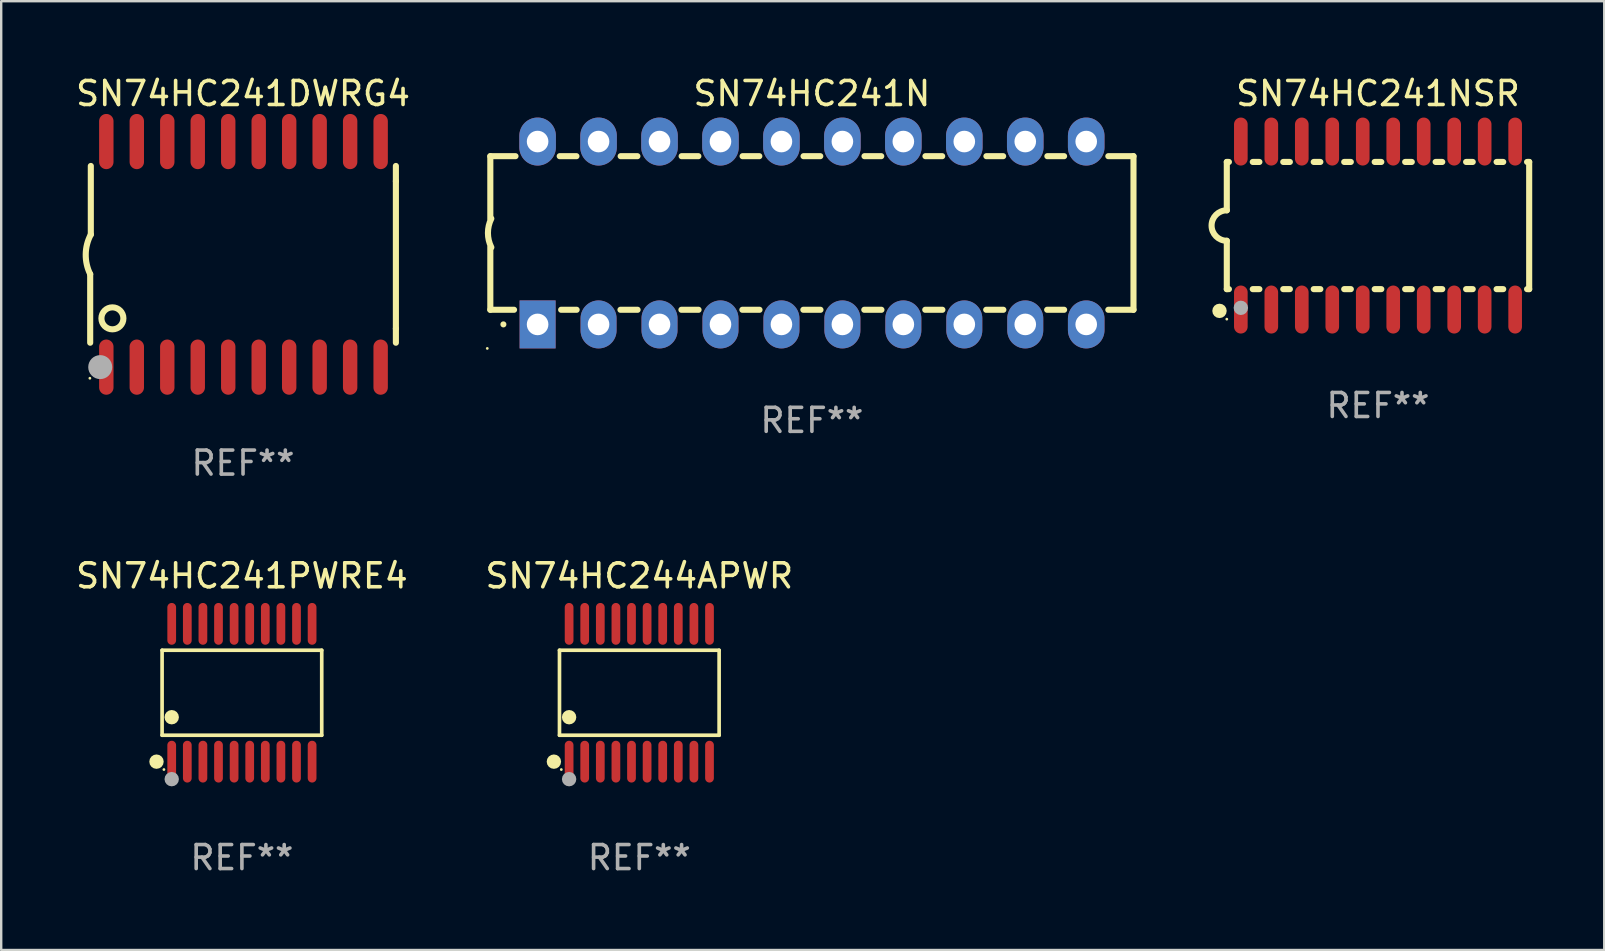
<source format=kicad_pcb>
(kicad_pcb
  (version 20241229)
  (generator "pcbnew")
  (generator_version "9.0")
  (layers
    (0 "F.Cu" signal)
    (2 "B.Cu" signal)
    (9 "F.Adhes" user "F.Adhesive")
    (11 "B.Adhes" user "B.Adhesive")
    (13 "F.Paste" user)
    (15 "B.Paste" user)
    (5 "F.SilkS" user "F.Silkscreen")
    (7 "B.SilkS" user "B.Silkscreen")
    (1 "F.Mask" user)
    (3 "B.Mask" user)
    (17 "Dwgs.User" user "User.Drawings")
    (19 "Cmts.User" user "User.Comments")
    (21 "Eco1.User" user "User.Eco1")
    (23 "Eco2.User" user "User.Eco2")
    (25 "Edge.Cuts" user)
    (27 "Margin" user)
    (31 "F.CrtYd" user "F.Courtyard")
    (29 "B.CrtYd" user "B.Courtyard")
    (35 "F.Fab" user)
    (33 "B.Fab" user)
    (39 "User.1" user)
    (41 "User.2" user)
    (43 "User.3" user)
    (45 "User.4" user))
  (footprint "SN74HC241NSR"
    (layer "F.Cu")
    (at 54.369 6.348)
    (property "Reference" "SN74HC241NSR" (at 0 -5.5 0) (layer "F.SilkS") (effects (font (size 1 1) (thickness 0.15))))
    (attr through_hole)
    (fp_line (start -6.3 -2.65) (end -6.3 -0.635) (stroke (width 0.254) (type solid)) (layer "F.SilkS"))
    (fp_line (start -6.3 -2.65) (end -6.212 -2.65) (stroke (width 0.254) (type solid)) (layer "F.SilkS"))
    (fp_line (start -6.3 2.65) (end -6.3 0.635) (stroke (width 0.254) (type solid)) (layer "F.SilkS"))
    (fp_line (start -6.3 2.65) (end -6.212 2.65) (stroke (width 0.254) (type solid)) (layer "F.SilkS"))
    (fp_line (start -5.218 -2.65) (end -4.942 -2.65) (stroke (width 0.254) (type solid)) (layer "F.SilkS"))
    (fp_line (start -5.218 2.65) (end -4.942 2.65) (stroke (width 0.254) (type solid)) (layer "F.SilkS"))
    (fp_line (start -3.948 -2.65) (end -3.672 -2.65) (stroke (width 0.254) (type solid)) (layer "F.SilkS"))
    (fp_line (start -3.948 2.65) (end -3.672 2.65) (stroke (width 0.254) (type solid)) (layer "F.SilkS"))
    (fp_line (start -2.678 -2.65) (end -2.402 -2.65) (stroke (width 0.254) (type solid)) (layer "F.SilkS"))
    (fp_line (start -2.678 2.65) (end -2.402 2.65) (stroke (width 0.254) (type solid)) (layer "F.SilkS"))
    (fp_line (start -1.408 -2.65) (end -1.132 -2.65) (stroke (width 0.254) (type solid)) (layer "F.SilkS"))
    (fp_line (start -1.408 2.65) (end -1.132 2.65) (stroke (width 0.254) (type solid)) (layer "F.SilkS"))
    (fp_line (start -0.138 -2.65) (end 0.138 -2.65) (stroke (width 0.254) (type solid)) (layer "F.SilkS"))
    (fp_line (start -0.138 2.65) (end 0.138 2.65) (stroke (width 0.254) (type solid)) (layer "F.SilkS"))
    (fp_line (start 1.132 -2.65) (end 1.408 -2.65) (stroke (width 0.254) (type solid)) (layer "F.SilkS"))
    (fp_line (start 1.132 2.65) (end 1.408 2.65) (stroke (width 0.254) (type solid)) (layer "F.SilkS"))
    (fp_line (start 2.402 -2.65) (end 2.678 -2.65) (stroke (width 0.254) (type solid)) (layer "F.SilkS"))
    (fp_line (start 2.402 2.65) (end 2.678 2.65) (stroke (width 0.254) (type solid)) (layer "F.SilkS"))
    (fp_line (start 3.672 -2.65) (end 3.948 -2.65) (stroke (width 0.254) (type solid)) (layer "F.SilkS"))
    (fp_line (start 3.672 2.65) (end 3.948 2.65) (stroke (width 0.254) (type solid)) (layer "F.SilkS"))
    (fp_line (start 4.942 -2.65) (end 5.218 -2.65) (stroke (width 0.254) (type solid)) (layer "F.SilkS"))
    (fp_line (start 4.942 2.65) (end 5.218 2.65) (stroke (width 0.254) (type solid)) (layer "F.SilkS"))
    (fp_line (start 6.212 -2.65) (end 6.3 -2.65) (stroke (width 0.254) (type solid)) (layer "F.SilkS"))
    (fp_line (start 6.212 2.65) (end 6.3 2.65) (stroke (width 0.254) (type solid)) (layer "F.SilkS"))
    (fp_line (start 6.3 -2.65) (end 6.3 2.65) (stroke (width 0.254) (type solid)) (layer "F.SilkS"))
    (fp_arc (start -6.299975 0.634874) (mid -6.933579 0.000127) (end -6.299213 -0.633858) (stroke (width 0.254001) (type solid)) (layer "F.SilkS"))
    (fp_circle (center -6.604 3.556) (end -6.454 3.556) (stroke (width 0.3) (type solid)) (fill no) (layer "F.SilkS"))
    (fp_circle (center -6.3 3.9) (end -6.27 3.9) (stroke (width 0.06) (type solid)) (fill no) (layer "F.SilkS"))
    (fp_circle (center -5.715 3.429) (end -5.565 3.429) (stroke (width 0.3) (type solid)) (fill no) (layer "F.Fab"))
    (fp_text user "REF**" (at 0 7.5 0) (layer "F.Fab") (effects (font (size 1 1) (thickness 0.15))))
    (pad "1" smd oval (at -5.715 3.5) (size 0.568 2) (layers "F.Cu" "F.Mask" "F.Paste"))
    (pad "2" smd oval (at -4.445 3.5) (size 0.568 2) (layers "F.Cu" "F.Mask" "F.Paste"))
    (pad "3" smd oval (at -3.175 3.5) (size 0.568 2) (layers "F.Cu" "F.Mask" "F.Paste"))
    (pad "4" smd oval (at -1.905 3.5) (size 0.568 2) (layers "F.Cu" "F.Mask" "F.Paste"))
    (pad "5" smd oval (at -0.635 3.5) (size 0.568 2) (layers "F.Cu" "F.Mask" "F.Paste"))
    (pad "6" smd oval (at 0.635 3.5) (size 0.568 2) (layers "F.Cu" "F.Mask" "F.Paste"))
    (pad "7" smd oval (at 1.905 3.5) (size 0.568 2) (layers "F.Cu" "F.Mask" "F.Paste"))
    (pad "8" smd oval (at 3.175 3.5) (size 0.568 2) (layers "F.Cu" "F.Mask" "F.Paste"))
    (pad "9" smd oval (at 4.445 3.5) (size 0.568 2) (layers "F.Cu" "F.Mask" "F.Paste"))
    (pad "10" smd oval (at 5.715 3.5) (size 0.568 2) (layers "F.Cu" "F.Mask" "F.Paste"))
    (pad "11" smd oval (at 5.715 -3.5) (size 0.568 2) (layers "F.Cu" "F.Mask" "F.Paste"))
    (pad "12" smd oval (at 4.445 -3.5) (size 0.568 2) (layers "F.Cu" "F.Mask" "F.Paste"))
    (pad "13" smd oval (at 3.175 -3.5) (size 0.568 2) (layers "F.Cu" "F.Mask" "F.Paste"))
    (pad "14" smd oval (at 1.905 -3.5) (size 0.568 2) (layers "F.Cu" "F.Mask" "F.Paste"))
    (pad "15" smd oval (at 0.635 -3.5) (size 0.568 2) (layers "F.Cu" "F.Mask" "F.Paste"))
    (pad "16" smd oval (at -0.635 -3.5) (size 0.568 2) (layers "F.Cu" "F.Mask" "F.Paste"))
    (pad "17" smd oval (at -1.905 -3.5) (size 0.568 2) (layers "F.Cu" "F.Mask" "F.Paste"))
    (pad "18" smd oval (at -3.175 -3.5) (size 0.568 2) (layers "F.Cu" "F.Mask" "F.Paste"))
    (pad "19" smd oval (at -4.445 -3.5) (size 0.568 2) (layers "F.Cu" "F.Mask" "F.Paste"))
    (pad "20" smd oval (at -5.715 -3.5) (size 0.568 2) (layers "F.Cu" "F.Mask" "F.Paste")))
  (footprint "SN74HC244APWR"
    (layer "F.Cu")
    (at 23.589 25.816)
    (property "Reference" "SN74HC244APWR" (at 0 -4.871 0) (layer "F.SilkS") (effects (font (size 1 1) (thickness 0.15))))
    (attr through_hole)
    (fp_line (start -3.326 -1.771) (end 3.326 -1.771) (stroke (width 0.152) (type solid)) (layer "F.SilkS"))
    (fp_line (start -3.326 1.771) (end -3.326 -1.771) (stroke (width 0.152) (type solid)) (layer "F.SilkS"))
    (fp_line (start 3.326 -1.771) (end 3.326 1.771) (stroke (width 0.152) (type solid)) (layer "F.SilkS"))
    (fp_line (start 3.326 1.771) (end -3.326 1.771) (stroke (width 0.152) (type solid)) (layer "F.SilkS"))
    (fp_circle (center -3.559 2.871) (end -3.409 2.871) (stroke (width 0.3) (type solid)) (fill no) (layer "F.SilkS"))
    (fp_circle (center -3.25 3.2) (end -3.22 3.2) (stroke (width 0.06) (type solid)) (fill no) (layer "F.SilkS"))
    (fp_circle (center -2.925 1.019) (end -2.775 1.019) (stroke (width 0.3) (type solid)) (fill no) (layer "F.SilkS"))
    (fp_circle (center -2.925 3.6) (end -2.775 3.6) (stroke (width 0.3) (type solid)) (fill no) (layer "F.Fab"))
    (fp_text user "REF**" (at 0 6.871 0) (layer "F.Fab") (effects (font (size 1 1) (thickness 0.15))))
    (pad "1" smd oval (at -2.925 2.871) (size 0.364 1.742) (layers "F.Cu" "F.Mask" "F.Paste"))
    (pad "2" smd oval (at -2.275 2.871) (size 0.364 1.742) (layers "F.Cu" "F.Mask" "F.Paste"))
    (pad "3" smd oval (at -1.625 2.871) (size 0.364 1.742) (layers "F.Cu" "F.Mask" "F.Paste"))
    (pad "4" smd oval (at -0.975 2.871) (size 0.364 1.742) (layers "F.Cu" "F.Mask" "F.Paste"))
    (pad "5" smd oval (at -0.325 2.871) (size 0.364 1.742) (layers "F.Cu" "F.Mask" "F.Paste"))
    (pad "6" smd oval (at 0.325 2.871) (size 0.364 1.742) (layers "F.Cu" "F.Mask" "F.Paste"))
    (pad "7" smd oval (at 0.975 2.871) (size 0.364 1.742) (layers "F.Cu" "F.Mask" "F.Paste"))
    (pad "8" smd oval (at 1.625 2.871) (size 0.364 1.742) (layers "F.Cu" "F.Mask" "F.Paste"))
    (pad "9" smd oval (at 2.275 2.871) (size 0.364 1.742) (layers "F.Cu" "F.Mask" "F.Paste"))
    (pad "10" smd oval (at 2.925 2.871) (size 0.364 1.742) (layers "F.Cu" "F.Mask" "F.Paste"))
    (pad "11" smd oval (at 2.925 -2.871) (size 0.364 1.742) (layers "F.Cu" "F.Mask" "F.Paste"))
    (pad "12" smd oval (at 2.275 -2.871) (size 0.364 1.742) (layers "F.Cu" "F.Mask" "F.Paste"))
    (pad "13" smd oval (at 1.625 -2.871) (size 0.364 1.742) (layers "F.Cu" "F.Mask" "F.Paste"))
    (pad "14" smd oval (at 0.975 -2.871) (size 0.364 1.742) (layers "F.Cu" "F.Mask" "F.Paste"))
    (pad "15" smd oval (at 0.325 -2.871) (size 0.364 1.742) (layers "F.Cu" "F.Mask" "F.Paste"))
    (pad "16" smd oval (at -0.325 -2.871) (size 0.364 1.742) (layers "F.Cu" "F.Mask" "F.Paste"))
    (pad "17" smd oval (at -0.975 -2.871) (size 0.364 1.742) (layers "F.Cu" "F.Mask" "F.Paste"))
    (pad "18" smd oval (at -1.625 -2.871) (size 0.364 1.742) (layers "F.Cu" "F.Mask" "F.Paste"))
    (pad "19" smd oval (at -2.275 -2.871) (size 0.364 1.742) (layers "F.Cu" "F.Mask" "F.Paste"))
    (pad "20" smd oval (at -2.925 -2.871) (size 0.364 1.742) (layers "F.Cu" "F.Mask" "F.Paste")))
  (footprint "SN74HC241N"
    (layer "F.Cu")
    (at 30.781 6.658)
    (property "Reference" "SN74HC241N" (at 0 -5.81 0) (layer "F.SilkS") (effects (font (size 1 1) (thickness 0.15))))
    (attr through_hole)
    (fp_line (start -13.4 -3.2) (end -12.351 -3.2) (stroke (width 0.254) (type solid)) (layer "F.SilkS"))
    (fp_line (start -13.4 -0.6) (end -13.4 -3.2) (stroke (width 0.254) (type solid)) (layer "F.SilkS"))
    (fp_line (start -13.4 3.2) (end -13.4 0.6) (stroke (width 0.254) (type solid)) (layer "F.SilkS"))
    (fp_line (start -13.4 3.2) (end -12.411 3.2) (stroke (width 0.254) (type solid)) (layer "F.SilkS"))
    (fp_line (start -10.509 -3.2) (end -9.811 -3.2) (stroke (width 0.254) (type solid)) (layer "F.SilkS"))
    (fp_line (start -10.449 3.2) (end -9.803 3.2) (stroke (width 0.254) (type solid)) (layer "F.SilkS"))
    (fp_line (start -7.977 3.2) (end -7.263 3.2) (stroke (width 0.254) (type solid)) (layer "F.SilkS"))
    (fp_line (start -7.969 -3.2) (end -7.271 -3.2) (stroke (width 0.254) (type solid)) (layer "F.SilkS"))
    (fp_line (start -5.437 3.2) (end -4.723 3.2) (stroke (width 0.254) (type solid)) (layer "F.SilkS"))
    (fp_line (start -5.429 -3.2) (end -4.731 -3.2) (stroke (width 0.254) (type solid)) (layer "F.SilkS"))
    (fp_line (start -2.897 3.2) (end -2.183 3.2) (stroke (width 0.254) (type solid)) (layer "F.SilkS"))
    (fp_line (start -2.889 -3.2) (end -2.191 -3.2) (stroke (width 0.254) (type solid)) (layer "F.SilkS"))
    (fp_line (start -0.357 3.2) (end 0.357 3.2) (stroke (width 0.254) (type solid)) (layer "F.SilkS"))
    (fp_line (start -0.349 -3.2) (end 0.349 -3.2) (stroke (width 0.254) (type solid)) (layer "F.SilkS"))
    (fp_line (start 2.183 3.2) (end 2.897 3.2) (stroke (width 0.254) (type solid)) (layer "F.SilkS"))
    (fp_line (start 2.191 -3.2) (end 2.889 -3.2) (stroke (width 0.254) (type solid)) (layer "F.SilkS"))
    (fp_line (start 4.723 3.2) (end 5.437 3.2) (stroke (width 0.254) (type solid)) (layer "F.SilkS"))
    (fp_line (start 4.731 -3.2) (end 5.429 -3.2) (stroke (width 0.254) (type solid)) (layer "F.SilkS"))
    (fp_line (start 7.263 3.2) (end 7.977 3.2) (stroke (width 0.254) (type solid)) (layer "F.SilkS"))
    (fp_line (start 7.271 -3.2) (end 7.969 -3.2) (stroke (width 0.254) (type solid)) (layer "F.SilkS"))
    (fp_line (start 9.803 3.2) (end 10.509 3.2) (stroke (width 0.254) (type solid)) (layer "F.SilkS"))
    (fp_line (start 9.811 -3.2) (end 10.509 -3.2) (stroke (width 0.254) (type solid)) (layer "F.SilkS"))
    (fp_line (start 12.351 -3.2) (end 13.4 -3.2) (stroke (width 0.254) (type solid)) (layer "F.SilkS"))
    (fp_line (start 12.351 3.2) (end 13.4 3.2) (stroke (width 0.254) (type solid)) (layer "F.SilkS"))
    (fp_line (start 13.4 -3.2) (end 13.4 3.2) (stroke (width 0.254) (type solid)) (layer "F.SilkS"))
    (fp_arc (start -13.357557 0.599721) (mid -13.499295 0.000123) (end -13.358598 -0.599721) (stroke (width 0.254001) (type solid)) (layer "F.SilkS"))
    (fp_arc (start -12.854966 3.810008) (mid -12.854973 3.808738) (end -12.854966 3.807468) (stroke (width 0.25) (type solid)) (layer "F.SilkS"))
    (fp_circle (center -13.527 4.81) (end -13.497 4.81) (stroke (width 0.06) (type solid)) (fill no) (layer "F.SilkS"))
    (fp_text user "REF**" (at 0 7.81 0) (layer "F.Fab") (effects (font (size 1 1) (thickness 0.15))))
    (pad "1" thru_hole rect (at -11.43 3.81 90) (size 2 1.5) (drill 0.9) (layers "*.Cu" "*.Mask"))
    (pad "2" thru_hole oval (at -8.89 3.81 90) (size 2 1.5) (drill 0.9) (layers "*.Cu" "*.Mask"))
    (pad "3" thru_hole oval (at -6.35 3.81 90) (size 2 1.5) (drill 0.9) (layers "*.Cu" "*.Mask"))
    (pad "4" thru_hole oval (at -3.81 3.81 90) (size 2 1.5) (drill 0.9) (layers "*.Cu" "*.Mask"))
    (pad "5" thru_hole oval (at -1.27 3.81 90) (size 2 1.5) (drill 0.9) (layers "*.Cu" "*.Mask"))
    (pad "6" thru_hole oval (at 1.27 3.81 90) (size 2 1.5) (drill 0.9) (layers "*.Cu" "*.Mask"))
    (pad "7" thru_hole oval (at 3.81 3.81 90) (size 2 1.5) (drill 0.9) (layers "*.Cu" "*.Mask"))
    (pad "8" thru_hole oval (at 6.35 3.81 90) (size 2 1.5) (drill 0.9) (layers "*.Cu" "*.Mask"))
    (pad "9" thru_hole oval (at 8.89 3.81 90) (size 2 1.5) (drill 0.9) (layers "*.Cu" "*.Mask"))
    (pad "10" thru_hole oval (at 11.43 3.81 90) (size 2 1.524) (drill 0.9) (layers "*.Cu" "*.Mask"))
    (pad "11" thru_hole oval (at 11.43 -3.81 90) (size 2 1.524) (drill 0.9) (layers "*.Cu" "*.Mask"))
    (pad "12" thru_hole oval (at 8.89 -3.81 90) (size 2 1.524) (drill 0.9) (layers "*.Cu" "*.Mask"))
    (pad "13" thru_hole oval (at 6.35 -3.81 90) (size 2 1.524) (drill 0.9) (layers "*.Cu" "*.Mask"))
    (pad "14" thru_hole oval (at 3.81 -3.81 90) (size 2 1.524) (drill 0.9) (layers "*.Cu" "*.Mask"))
    (pad "15" thru_hole oval (at 1.27 -3.81 90) (size 2 1.524) (drill 0.9) (layers "*.Cu" "*.Mask"))
    (pad "16" thru_hole oval (at -1.27 -3.81 90) (size 2 1.524) (drill 0.9) (layers "*.Cu" "*.Mask"))
    (pad "17" thru_hole oval (at -3.81 -3.81 90) (size 2 1.524) (drill 0.9) (layers "*.Cu" "*.Mask"))
    (pad "18" thru_hole oval (at -6.35 -3.81 90) (size 2 1.524) (drill 0.9) (layers "*.Cu" "*.Mask"))
    (pad "19" thru_hole oval (at -8.89 -3.81 90) (size 2 1.524) (drill 0.9) (layers "*.Cu" "*.Mask"))
    (pad "20" thru_hole oval (at -11.43 -3.81 90) (size 2 1.524) (drill 0.9) (layers "*.Cu" "*.Mask")))
  (footprint "SN74HC241PWRE4"
    (layer "F.Cu")
    (at 7.03 25.816)
    (property "Reference" "SN74HC241PWRE4" (at 0 -4.871 0) (layer "F.SilkS") (effects (font (size 1 1) (thickness 0.15))))
    (attr through_hole)
    (fp_line (start -3.326 -1.771) (end 3.326 -1.771) (stroke (width 0.152) (type solid)) (layer "F.SilkS"))
    (fp_line (start -3.326 1.771) (end -3.326 -1.771) (stroke (width 0.152) (type solid)) (layer "F.SilkS"))
    (fp_line (start 3.326 -1.771) (end 3.326 1.771) (stroke (width 0.152) (type solid)) (layer "F.SilkS"))
    (fp_line (start 3.326 1.771) (end -3.326 1.771) (stroke (width 0.152) (type solid)) (layer "F.SilkS"))
    (fp_circle (center -3.559 2.871) (end -3.409 2.871) (stroke (width 0.3) (type solid)) (fill no) (layer "F.SilkS"))
    (fp_circle (center -3.25 3.2) (end -3.22 3.2) (stroke (width 0.06) (type solid)) (fill no) (layer "F.SilkS"))
    (fp_circle (center -2.925 1.019) (end -2.775 1.019) (stroke (width 0.3) (type solid)) (fill no) (layer "F.SilkS"))
    (fp_circle (center -2.925 3.6) (end -2.775 3.6) (stroke (width 0.3) (type solid)) (fill no) (layer "F.Fab"))
    (fp_text user "REF**" (at 0 6.871 0) (layer "F.Fab") (effects (font (size 1 1) (thickness 0.15))))
    (pad "1" smd oval (at -2.925 2.871) (size 0.364 1.742) (layers "F.Cu" "F.Mask" "F.Paste"))
    (pad "2" smd oval (at -2.275 2.871) (size 0.364 1.742) (layers "F.Cu" "F.Mask" "F.Paste"))
    (pad "3" smd oval (at -1.625 2.871) (size 0.364 1.742) (layers "F.Cu" "F.Mask" "F.Paste"))
    (pad "4" smd oval (at -0.975 2.871) (size 0.364 1.742) (layers "F.Cu" "F.Mask" "F.Paste"))
    (pad "5" smd oval (at -0.325 2.871) (size 0.364 1.742) (layers "F.Cu" "F.Mask" "F.Paste"))
    (pad "6" smd oval (at 0.325 2.871) (size 0.364 1.742) (layers "F.Cu" "F.Mask" "F.Paste"))
    (pad "7" smd oval (at 0.975 2.871) (size 0.364 1.742) (layers "F.Cu" "F.Mask" "F.Paste"))
    (pad "8" smd oval (at 1.625 2.871) (size 0.364 1.742) (layers "F.Cu" "F.Mask" "F.Paste"))
    (pad "9" smd oval (at 2.275 2.871) (size 0.364 1.742) (layers "F.Cu" "F.Mask" "F.Paste"))
    (pad "10" smd oval (at 2.925 2.871) (size 0.364 1.742) (layers "F.Cu" "F.Mask" "F.Paste"))
    (pad "11" smd oval (at 2.925 -2.871) (size 0.364 1.742) (layers "F.Cu" "F.Mask" "F.Paste"))
    (pad "12" smd oval (at 2.275 -2.871) (size 0.364 1.742) (layers "F.Cu" "F.Mask" "F.Paste"))
    (pad "13" smd oval (at 1.625 -2.871) (size 0.364 1.742) (layers "F.Cu" "F.Mask" "F.Paste"))
    (pad "14" smd oval (at 0.975 -2.871) (size 0.364 1.742) (layers "F.Cu" "F.Mask" "F.Paste"))
    (pad "15" smd oval (at 0.325 -2.871) (size 0.364 1.742) (layers "F.Cu" "F.Mask" "F.Paste"))
    (pad "16" smd oval (at -0.325 -2.871) (size 0.364 1.742) (layers "F.Cu" "F.Mask" "F.Paste"))
    (pad "17" smd oval (at -0.975 -2.871) (size 0.364 1.742) (layers "F.Cu" "F.Mask" "F.Paste"))
    (pad "18" smd oval (at -1.625 -2.871) (size 0.364 1.742) (layers "F.Cu" "F.Mask" "F.Paste"))
    (pad "19" smd oval (at -2.275 -2.871) (size 0.364 1.742) (layers "F.Cu" "F.Mask" "F.Paste"))
    (pad "20" smd oval (at -2.925 -2.871) (size 0.364 1.742) (layers "F.Cu" "F.Mask" "F.Paste")))
  (footprint "SN74HC241DWRG4"
    (layer "F.Cu")
    (at 7.077 7.548)
    (property "Reference" "SN74HC241DWRG4" (at 0 -6.7 0) (layer "F.SilkS") (effects (font (size 1 1) (thickness 0.15))))
    (attr through_hole)
    (fp_line (start -6.369 0.826) (end -6.369 3.683) (stroke (width 0.254) (type solid)) (layer "F.SilkS"))
    (fp_line (start -6.343 -0.825) (end -6.343 -3.683) (stroke (width 0.254) (type solid)) (layer "F.SilkS"))
    (fp_line (start 6.369 -3.048) (end 6.369 -3.683) (stroke (width 0.254) (type solid)) (layer "F.SilkS"))
    (fp_line (start 6.369 -3.048) (end 6.369 3.096) (stroke (width 0.254) (type solid)) (layer "F.SilkS"))
    (fp_line (start 6.369 3.096) (end 6.369 3.683) (stroke (width 0.254) (type solid)) (layer "F.SilkS"))
    (fp_arc (start -6.36853 0.825552) (mid -6.554743 -0.00301) (end -6.343129 -0.825451) (stroke (width 0.254001) (type solid)) (layer "F.SilkS"))
    (fp_circle (center -6.382 5.163) (end -6.352 5.163) (stroke (width 0.06) (type solid)) (fill no) (layer "F.SilkS"))
    (fp_circle (center -5.443 2.667) (end -4.985 2.667) (stroke (width 0.254) (type solid)) (fill no) (layer "F.SilkS"))
    (fp_circle (center -5.951 4.699) (end -5.701 4.699) (stroke (width 0.5) (type solid)) (fill no) (layer "F.Fab"))
    (fp_text user "REF**" (at 0 8.7 0) (layer "F.Fab") (effects (font (size 1 1) (thickness 0.15))))
    (pad "1" smd oval (at -5.697 4.7 180) (size 0.6 2.3) (layers "F.Cu" "F.Mask" "F.Paste"))
    (pad "2" smd oval (at -4.427 4.7 180) (size 0.6 2.3) (layers "F.Cu" "F.Mask" "F.Paste"))
    (pad "3" smd oval (at -3.157 4.7 180) (size 0.6 2.3) (layers "F.Cu" "F.Mask" "F.Paste"))
    (pad "4" smd oval (at -1.887 4.7 180) (size 0.6 2.3) (layers "F.Cu" "F.Mask" "F.Paste"))
    (pad "5" smd oval (at -0.617 4.7 180) (size 0.6 2.3) (layers "F.Cu" "F.Mask" "F.Paste"))
    (pad "6" smd oval (at 0.653 4.7 180) (size 0.6 2.3) (layers "F.Cu" "F.Mask" "F.Paste"))
    (pad "7" smd oval (at 1.923 4.7 180) (size 0.6 2.3) (layers "F.Cu" "F.Mask" "F.Paste"))
    (pad "8" smd oval (at 3.193 4.7 180) (size 0.6 2.3) (layers "F.Cu" "F.Mask" "F.Paste"))
    (pad "9" smd oval (at 4.463 4.7 180) (size 0.6 2.3) (layers "F.Cu" "F.Mask" "F.Paste"))
    (pad "10" smd oval (at 5.734 4.7 180) (size 0.6 2.3) (layers "F.Cu" "F.Mask" "F.Paste"))
    (pad "11" smd oval (at 5.734 -4.7 180) (size 0.6 2.3) (layers "F.Cu" "F.Mask" "F.Paste"))
    (pad "12" smd oval (at 4.463 -4.7 180) (size 0.6 2.3) (layers "F.Cu" "F.Mask" "F.Paste"))
    (pad "13" smd oval (at 3.193 -4.7 180) (size 0.6 2.3) (layers "F.Cu" "F.Mask" "F.Paste"))
    (pad "14" smd oval (at 1.923 -4.7 180) (size 0.6 2.3) (layers "F.Cu" "F.Mask" "F.Paste"))
    (pad "15" smd oval (at 0.653 -4.7 180) (size 0.6 2.3) (layers "F.Cu" "F.Mask" "F.Paste"))
    (pad "16" smd oval (at -0.617 -4.7 180) (size 0.6 2.3) (layers "F.Cu" "F.Mask" "F.Paste"))
    (pad "17" smd oval (at -1.887 -4.7 180) (size 0.6 2.3) (layers "F.Cu" "F.Mask" "F.Paste"))
    (pad "18" smd oval (at -3.157 -4.7 180) (size 0.6 2.3) (layers "F.Cu" "F.Mask" "F.Paste"))
    (pad "19" smd oval (at -4.427 -4.7 180) (size 0.6 2.3) (layers "F.Cu" "F.Mask" "F.Paste"))
    (pad "20" smd oval (at -5.697 -4.7 180) (size 0.6 2.3) (layers "F.Cu" "F.Mask" "F.Paste")))
  (gr_rect
    (start -3 -3)
    (end 63.796 36.535)
    (stroke (width 0.1) (type default))
    (fill no)
    (layer "Edge.Cuts")))
</source>
